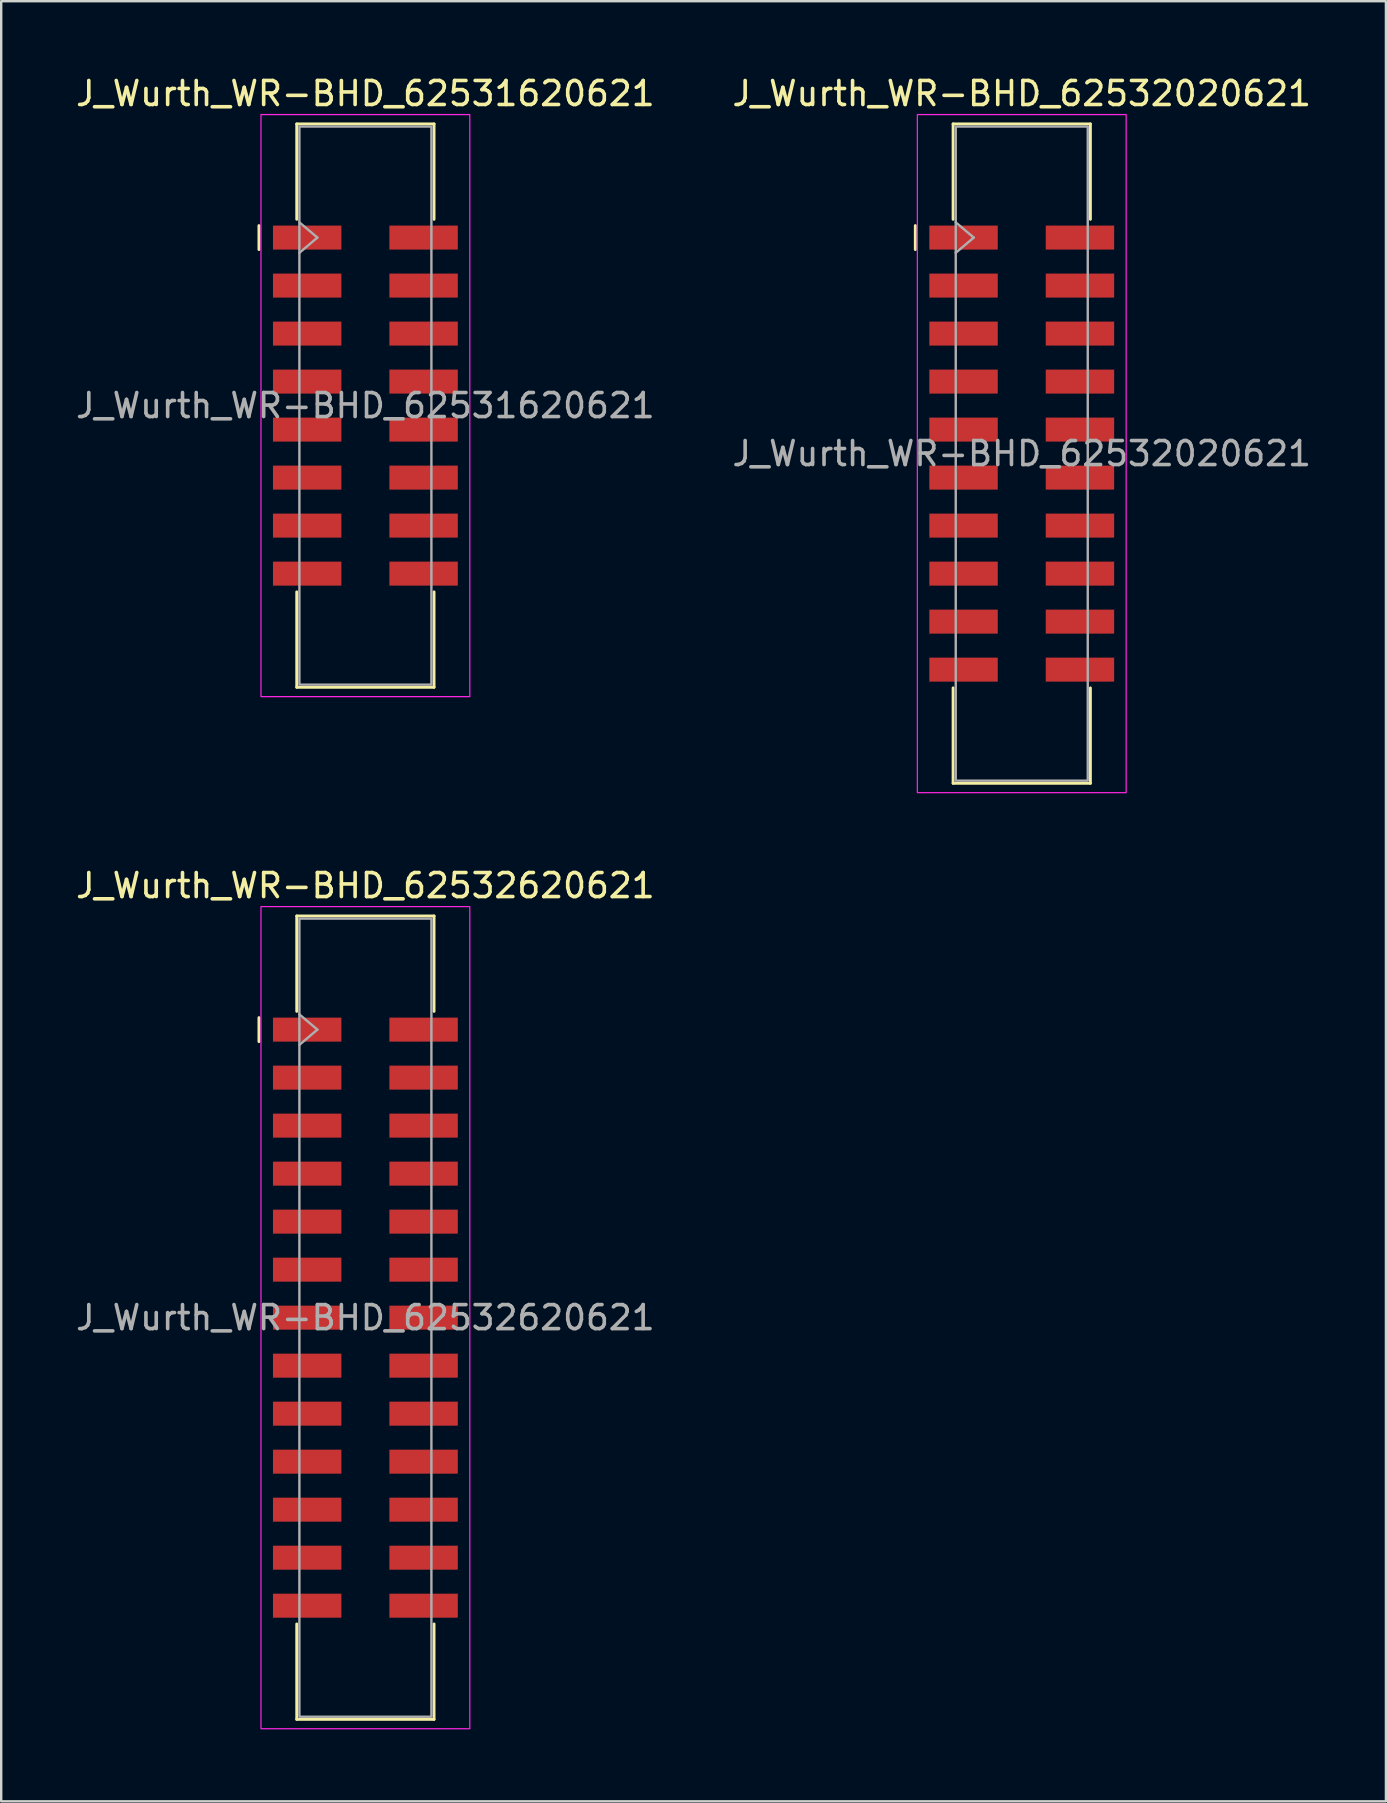
<source format=kicad_pcb>
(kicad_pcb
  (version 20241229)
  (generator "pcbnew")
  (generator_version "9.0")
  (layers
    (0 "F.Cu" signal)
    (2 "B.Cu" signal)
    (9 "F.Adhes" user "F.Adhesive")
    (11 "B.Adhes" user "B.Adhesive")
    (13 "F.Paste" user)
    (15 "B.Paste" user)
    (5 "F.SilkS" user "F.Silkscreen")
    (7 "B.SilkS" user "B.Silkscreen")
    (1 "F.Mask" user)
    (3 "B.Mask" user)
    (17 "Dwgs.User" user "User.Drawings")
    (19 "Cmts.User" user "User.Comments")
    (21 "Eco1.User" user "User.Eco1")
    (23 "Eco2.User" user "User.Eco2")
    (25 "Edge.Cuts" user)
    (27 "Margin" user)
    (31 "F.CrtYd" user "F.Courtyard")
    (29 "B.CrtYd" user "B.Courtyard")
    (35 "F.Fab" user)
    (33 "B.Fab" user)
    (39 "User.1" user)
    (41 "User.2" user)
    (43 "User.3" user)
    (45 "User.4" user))
  (footprint "J_Wurth_WR-BHD_62532020621"
    (layer "F.Cu")
    (at 39.518 15.848)
    (property "Reference" "J_Wurth_WR-BHD_62532020621" (at 0 -15 0) (unlocked yes) (layer "F.SilkS") (effects (font (size 1 1) (thickness 0.15))))
    (attr smd)
    (fp_line (start -4.435 -9.5) (end -4.435 -8.5) (stroke (width 0.12) (type solid)) (layer "F.SilkS"))
    (fp_line (start -2.86 -13.735) (end -2.86 -9.76) (stroke (width 0.12) (type solid)) (layer "F.SilkS"))
    (fp_line (start -2.86 -13.735) (end 2.86 -13.735) (stroke (width 0.12) (type default)) (layer "F.SilkS"))
    (fp_line (start -2.86 9.76) (end -2.86 13.735) (stroke (width 0.12) (type solid)) (layer "F.SilkS"))
    (fp_line (start 2.86 -13.735) (end 2.86 -9.76) (stroke (width 0.12) (type solid)) (layer "F.SilkS"))
    (fp_line (start 2.86 9.76) (end 2.86 13.735) (stroke (width 0.12) (type solid)) (layer "F.SilkS"))
    (fp_line (start 2.86 13.735) (end -2.86 13.735) (stroke (width 0.12) (type default)) (layer "F.SilkS"))
    (fp_rect (start -4.35 -14.125) (end 4.35 14.125) (stroke (width 0.05) (type solid)) (fill no) (layer "F.CrtYd"))
    (fp_line (start -2 -9) (end -2.75 -9.635) (stroke (width 0.1) (type solid)) (layer "F.Fab"))
    (fp_line (start -2 -9) (end -2.75 -8.365) (stroke (width 0.1) (type solid)) (layer "F.Fab"))
    (fp_rect (start -2.75 -13.625) (end 2.75 13.625) (stroke (width 0.1) (type solid)) (fill no) (layer "F.Fab"))
    (fp_text user "${REFERENCE}" (at 0 0 0) (unlocked yes) (layer "F.Fab") (effects (font (size 1 1) (thickness 0.15))))
    (pad "1" smd rect (at -2.425 -9 270) (size 1 2.85) (layers "F.Cu" "F.Mask" "F.Paste"))
    (pad "2" smd rect (at 2.425 -9 270) (size 1 2.85) (layers "F.Cu" "F.Mask" "F.Paste"))
    (pad "3" smd rect (at -2.425 -7 270) (size 1 2.85) (layers "F.Cu" "F.Mask" "F.Paste"))
    (pad "4" smd rect (at 2.425 -7 270) (size 1 2.85) (layers "F.Cu" "F.Mask" "F.Paste"))
    (pad "5" smd rect (at -2.425 -5 270) (size 1 2.85) (layers "F.Cu" "F.Mask" "F.Paste"))
    (pad "6" smd rect (at 2.425 -5 270) (size 1 2.85) (layers "F.Cu" "F.Mask" "F.Paste"))
    (pad "7" smd rect (at -2.425 -3 270) (size 1 2.85) (layers "F.Cu" "F.Mask" "F.Paste"))
    (pad "8" smd rect (at 2.425 -3 270) (size 1 2.85) (layers "F.Cu" "F.Mask" "F.Paste"))
    (pad "9" smd rect (at -2.425 -1 270) (size 1 2.85) (layers "F.Cu" "F.Mask" "F.Paste"))
    (pad "10" smd rect (at 2.425 -1 270) (size 1 2.85) (layers "F.Cu" "F.Mask" "F.Paste"))
    (pad "11" smd rect (at -2.425 1 270) (size 1 2.85) (layers "F.Cu" "F.Mask" "F.Paste"))
    (pad "12" smd rect (at 2.425 1 270) (size 1 2.85) (layers "F.Cu" "F.Mask" "F.Paste"))
    (pad "13" smd rect (at -2.425 3 270) (size 1 2.85) (layers "F.Cu" "F.Mask" "F.Paste"))
    (pad "14" smd rect (at 2.425 3 270) (size 1 2.85) (layers "F.Cu" "F.Mask" "F.Paste"))
    (pad "15" smd rect (at -2.425 5 270) (size 1 2.85) (layers "F.Cu" "F.Mask" "F.Paste"))
    (pad "16" smd rect (at 2.425 5 270) (size 1 2.85) (layers "F.Cu" "F.Mask" "F.Paste"))
    (pad "17" smd rect (at -2.425 7 270) (size 1 2.85) (layers "F.Cu" "F.Mask" "F.Paste"))
    (pad "18" smd rect (at 2.425 7 270) (size 1 2.85) (layers "F.Cu" "F.Mask" "F.Paste"))
    (pad "19" smd rect (at -2.425 9 270) (size 1 2.85) (layers "F.Cu" "F.Mask" "F.Paste"))
    (pad "20" smd rect (at 2.425 9 270) (size 1 2.85) (layers "F.Cu" "F.Mask" "F.Paste")))
  (footprint "J_Wurth_WR-BHD_62531620621"
    (layer "F.Cu")
    (at 12.173 13.848)
    (property "Reference" "J_Wurth_WR-BHD_62531620621" (at 0 -13 0) (unlocked yes) (layer "F.SilkS") (effects (font (size 1 1) (thickness 0.15))))
    (attr smd)
    (fp_line (start -4.435 -7.5) (end -4.435 -6.5) (stroke (width 0.12) (type solid)) (layer "F.SilkS"))
    (fp_line (start -2.86 -11.735) (end -2.86 -7.76) (stroke (width 0.12) (type solid)) (layer "F.SilkS"))
    (fp_line (start -2.86 -11.735) (end 2.86 -11.735) (stroke (width 0.12) (type default)) (layer "F.SilkS"))
    (fp_line (start -2.86 7.76) (end -2.86 11.735) (stroke (width 0.12) (type solid)) (layer "F.SilkS"))
    (fp_line (start 2.86 -11.735) (end 2.86 -7.76) (stroke (width 0.12) (type solid)) (layer "F.SilkS"))
    (fp_line (start 2.86 7.76) (end 2.86 11.735) (stroke (width 0.12) (type solid)) (layer "F.SilkS"))
    (fp_line (start 2.86 11.735) (end -2.86 11.735) (stroke (width 0.12) (type default)) (layer "F.SilkS"))
    (fp_rect (start -4.35 -12.125) (end 4.35 12.125) (stroke (width 0.05) (type solid)) (fill no) (layer "F.CrtYd"))
    (fp_line (start -2 -7) (end -2.75 -7.635) (stroke (width 0.1) (type solid)) (layer "F.Fab"))
    (fp_line (start -2 -7) (end -2.75 -6.365) (stroke (width 0.1) (type solid)) (layer "F.Fab"))
    (fp_rect (start -2.75 -11.625) (end 2.75 11.625) (stroke (width 0.1) (type solid)) (fill no) (layer "F.Fab"))
    (fp_text user "${REFERENCE}" (at 0 0 0) (unlocked yes) (layer "F.Fab") (effects (font (size 1 1) (thickness 0.15))))
    (pad "1" smd rect (at -2.425 -7 270) (size 1 2.85) (layers "F.Cu" "F.Mask" "F.Paste"))
    (pad "2" smd rect (at 2.425 -7 270) (size 1 2.85) (layers "F.Cu" "F.Mask" "F.Paste"))
    (pad "3" smd rect (at -2.425 -5 270) (size 1 2.85) (layers "F.Cu" "F.Mask" "F.Paste"))
    (pad "4" smd rect (at 2.425 -5 270) (size 1 2.85) (layers "F.Cu" "F.Mask" "F.Paste"))
    (pad "5" smd rect (at -2.425 -3 270) (size 1 2.85) (layers "F.Cu" "F.Mask" "F.Paste"))
    (pad "6" smd rect (at 2.425 -3 270) (size 1 2.85) (layers "F.Cu" "F.Mask" "F.Paste"))
    (pad "7" smd rect (at -2.425 -1 270) (size 1 2.85) (layers "F.Cu" "F.Mask" "F.Paste"))
    (pad "8" smd rect (at 2.425 -1 270) (size 1 2.85) (layers "F.Cu" "F.Mask" "F.Paste"))
    (pad "9" smd rect (at -2.425 1 270) (size 1 2.85) (layers "F.Cu" "F.Mask" "F.Paste"))
    (pad "10" smd rect (at 2.425 1 270) (size 1 2.85) (layers "F.Cu" "F.Mask" "F.Paste"))
    (pad "11" smd rect (at -2.425 3 270) (size 1 2.85) (layers "F.Cu" "F.Mask" "F.Paste"))
    (pad "12" smd rect (at 2.425 3 270) (size 1 2.85) (layers "F.Cu" "F.Mask" "F.Paste"))
    (pad "13" smd rect (at -2.425 5 270) (size 1 2.85) (layers "F.Cu" "F.Mask" "F.Paste"))
    (pad "14" smd rect (at 2.425 5 270) (size 1 2.85) (layers "F.Cu" "F.Mask" "F.Paste"))
    (pad "15" smd rect (at -2.425 7 270) (size 1 2.85) (layers "F.Cu" "F.Mask" "F.Paste"))
    (pad "16" smd rect (at 2.425 7 270) (size 1 2.85) (layers "F.Cu" "F.Mask" "F.Paste")))
  (footprint "J_Wurth_WR-BHD_62532620621"
    (layer "F.Cu")
    (at 12.173 51.846)
    (property "Reference" "J_Wurth_WR-BHD_62532620621" (at 0 -18 0) (unlocked yes) (layer "F.SilkS") (effects (font (size 1 1) (thickness 0.15))))
    (attr smd)
    (fp_line (start -4.435 -12.5) (end -4.435 -11.5) (stroke (width 0.12) (type solid)) (layer "F.SilkS"))
    (fp_line (start -2.86 -16.735) (end -2.86 -12.76) (stroke (width 0.12) (type solid)) (layer "F.SilkS"))
    (fp_line (start -2.86 -16.735) (end 2.86 -16.735) (stroke (width 0.12) (type default)) (layer "F.SilkS"))
    (fp_line (start -2.86 12.76) (end -2.86 16.735) (stroke (width 0.12) (type solid)) (layer "F.SilkS"))
    (fp_line (start 2.86 -16.735) (end 2.86 -12.76) (stroke (width 0.12) (type solid)) (layer "F.SilkS"))
    (fp_line (start 2.86 12.76) (end 2.86 16.735) (stroke (width 0.12) (type solid)) (layer "F.SilkS"))
    (fp_line (start 2.86 16.735) (end -2.86 16.735) (stroke (width 0.12) (type default)) (layer "F.SilkS"))
    (fp_rect (start -4.35 -17.125) (end 4.35 17.125) (stroke (width 0.05) (type solid)) (fill no) (layer "F.CrtYd"))
    (fp_line (start -2 -12) (end -2.75 -12.635) (stroke (width 0.1) (type solid)) (layer "F.Fab"))
    (fp_line (start -2 -12) (end -2.75 -11.365) (stroke (width 0.1) (type solid)) (layer "F.Fab"))
    (fp_rect (start -2.75 -16.625) (end 2.75 16.625) (stroke (width 0.1) (type solid)) (fill no) (layer "F.Fab"))
    (fp_text user "${REFERENCE}" (at 0 0 0) (unlocked yes) (layer "F.Fab") (effects (font (size 1 1) (thickness 0.15))))
    (pad "1" smd rect (at -2.425 -12 270) (size 1 2.85) (layers "F.Cu" "F.Mask" "F.Paste"))
    (pad "2" smd rect (at 2.425 -12 270) (size 1 2.85) (layers "F.Cu" "F.Mask" "F.Paste"))
    (pad "3" smd rect (at -2.425 -10 270) (size 1 2.85) (layers "F.Cu" "F.Mask" "F.Paste"))
    (pad "4" smd rect (at 2.425 -10 270) (size 1 2.85) (layers "F.Cu" "F.Mask" "F.Paste"))
    (pad "5" smd rect (at -2.425 -8 270) (size 1 2.85) (layers "F.Cu" "F.Mask" "F.Paste"))
    (pad "6" smd rect (at 2.425 -8 270) (size 1 2.85) (layers "F.Cu" "F.Mask" "F.Paste"))
    (pad "7" smd rect (at -2.425 -6 270) (size 1 2.85) (layers "F.Cu" "F.Mask" "F.Paste"))
    (pad "8" smd rect (at 2.425 -6 270) (size 1 2.85) (layers "F.Cu" "F.Mask" "F.Paste"))
    (pad "9" smd rect (at -2.425 -4 270) (size 1 2.85) (layers "F.Cu" "F.Mask" "F.Paste"))
    (pad "10" smd rect (at 2.425 -4 270) (size 1 2.85) (layers "F.Cu" "F.Mask" "F.Paste"))
    (pad "11" smd rect (at -2.425 -2 270) (size 1 2.85) (layers "F.Cu" "F.Mask" "F.Paste"))
    (pad "12" smd rect (at 2.425 -2 270) (size 1 2.85) (layers "F.Cu" "F.Mask" "F.Paste"))
    (pad "13" smd rect (at -2.425 0 270) (size 1 2.85) (layers "F.Cu" "F.Mask" "F.Paste"))
    (pad "14" smd rect (at 2.425 0 270) (size 1 2.85) (layers "F.Cu" "F.Mask" "F.Paste"))
    (pad "15" smd rect (at -2.425 2 270) (size 1 2.85) (layers "F.Cu" "F.Mask" "F.Paste"))
    (pad "16" smd rect (at 2.425 2 270) (size 1 2.85) (layers "F.Cu" "F.Mask" "F.Paste"))
    (pad "17" smd rect (at -2.425 4 270) (size 1 2.85) (layers "F.Cu" "F.Mask" "F.Paste"))
    (pad "18" smd rect (at 2.425 4 270) (size 1 2.85) (layers "F.Cu" "F.Mask" "F.Paste"))
    (pad "19" smd rect (at -2.425 6 270) (size 1 2.85) (layers "F.Cu" "F.Mask" "F.Paste"))
    (pad "20" smd rect (at 2.425 6 270) (size 1 2.85) (layers "F.Cu" "F.Mask" "F.Paste"))
    (pad "21" smd rect (at -2.425 8 270) (size 1 2.85) (layers "F.Cu" "F.Mask" "F.Paste"))
    (pad "22" smd rect (at 2.425 8 270) (size 1 2.85) (layers "F.Cu" "F.Mask" "F.Paste"))
    (pad "23" smd rect (at -2.425 10 270) (size 1 2.85) (layers "F.Cu" "F.Mask" "F.Paste"))
    (pad "24" smd rect (at 2.425 10 270) (size 1 2.85) (layers "F.Cu" "F.Mask" "F.Paste"))
    (pad "25" smd rect (at -2.425 12 270) (size 1 2.85) (layers "F.Cu" "F.Mask" "F.Paste"))
    (pad "26" smd rect (at 2.425 12 270) (size 1 2.85) (layers "F.Cu" "F.Mask" "F.Paste")))
  (gr_rect
    (start -3 -3)
    (end 54.69 71.996)
    (stroke (width 0.1) (type default))
    (fill no)
    (layer "Edge.Cuts")))
</source>
